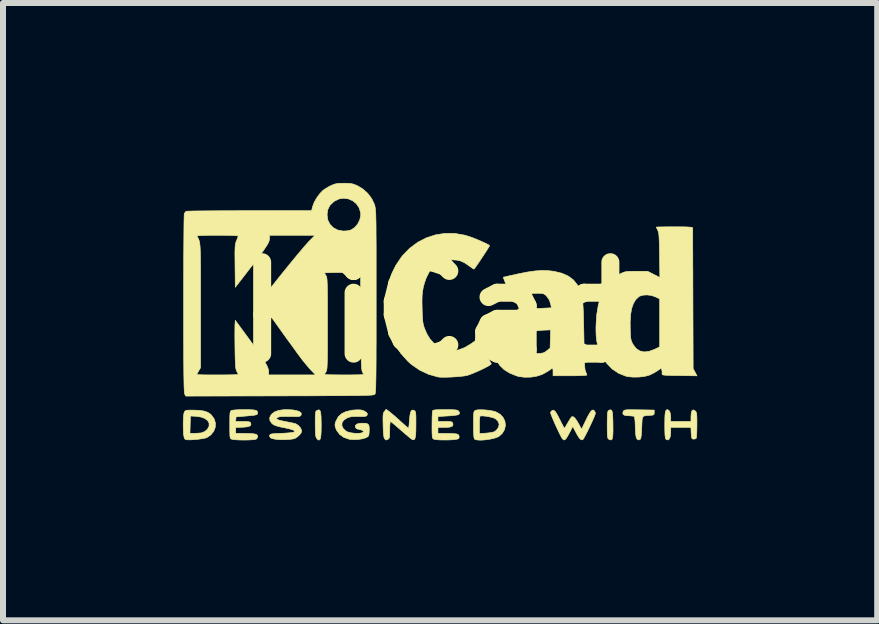
<source format=kicad_pcb>
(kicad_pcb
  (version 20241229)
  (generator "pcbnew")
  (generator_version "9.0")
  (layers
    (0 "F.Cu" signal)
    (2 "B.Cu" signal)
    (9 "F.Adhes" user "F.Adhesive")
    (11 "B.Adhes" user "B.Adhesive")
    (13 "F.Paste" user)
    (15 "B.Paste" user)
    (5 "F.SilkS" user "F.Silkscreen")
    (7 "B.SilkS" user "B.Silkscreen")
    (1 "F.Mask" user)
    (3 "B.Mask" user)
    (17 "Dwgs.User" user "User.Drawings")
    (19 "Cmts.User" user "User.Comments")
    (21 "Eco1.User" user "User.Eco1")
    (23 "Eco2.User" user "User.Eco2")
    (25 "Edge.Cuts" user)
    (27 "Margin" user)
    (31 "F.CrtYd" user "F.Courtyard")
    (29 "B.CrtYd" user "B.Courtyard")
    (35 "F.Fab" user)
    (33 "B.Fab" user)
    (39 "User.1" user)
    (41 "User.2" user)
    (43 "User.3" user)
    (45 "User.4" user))
  (footprint "KiCad"
    (layer "F.Cu")
    (at 4.224 2.157)
    (property "Reference" "KiCad" (at 0 0 0) (layer "F.SilkS") (effects (font (size 1.524 1.524) (thickness 0.3))))
    (attr through_hole)
    (fp_poly (pts (xy -1.947 1.629) (xy -1.934 1.647) (xy -1.926 1.683) (xy -1.921 1.739) (xy -1.919 1.819) (xy -1.918 1.875) (xy -1.919 1.969) (xy -1.922 2.037) (xy -1.927 2.084) (xy -1.936 2.114) (xy -1.949 2.128) (xy -1.962 2.131) (xy -1.978 2.12) (xy -1.996 2.099) (xy -2.005 2.081) (xy -2.011 2.052) (xy -2.015 2.008) (xy -2.017 1.945) (xy -2.018 1.86) (xy -2.018 1.779) (xy -2.017 1.722) (xy -2.014 1.684) (xy -2.01 1.66) (xy -2.002 1.646) (xy -1.992 1.638) (xy -1.988 1.636) (xy -1.964 1.627) (xy -1.947 1.629)) (stroke (width 0.01) (type solid)) (fill yes) (layer "F.SilkS"))
    (fp_poly (pts (xy 2.919 1.632) (xy 2.928 1.642) (xy 2.934 1.659) (xy 2.939 1.689) (xy 2.942 1.736) (xy 2.945 1.804) (xy 2.946 1.869) (xy 2.947 1.966) (xy 2.945 2.038) (xy 2.94 2.087) (xy 2.931 2.116) (xy 2.917 2.128) (xy 2.897 2.126) (xy 2.875 2.116) (xy 2.866 2.107) (xy 2.859 2.092) (xy 2.855 2.066) (xy 2.852 2.025) (xy 2.851 1.965) (xy 2.85 1.88) (xy 2.85 1.878) (xy 2.851 1.791) (xy 2.852 1.728) (xy 2.855 1.685) (xy 2.86 1.658) (xy 2.867 1.642) (xy 2.873 1.636) (xy 2.9 1.625) (xy 2.919 1.632)) (stroke (width 0.01) (type solid)) (fill yes) (layer "F.SilkS"))
    (fp_poly (pts (xy 3.307 1.625) (xy 3.384 1.626) (xy 3.634 1.63) (xy 3.634 1.672) (xy 3.632 1.697) (xy 3.622 1.71) (xy 3.596 1.716) (xy 3.563 1.718) (xy 3.511 1.721) (xy 3.476 1.725) (xy 3.452 1.736) (xy 3.439 1.757) (xy 3.432 1.794) (xy 3.429 1.85) (xy 3.426 1.92) (xy 3.422 2.002) (xy 3.417 2.06) (xy 3.411 2.096) (xy 3.403 2.115) (xy 3.4 2.118) (xy 3.374 2.129) (xy 3.354 2.12) (xy 3.343 2.107) (xy 3.333 2.083) (xy 3.325 2.036) (xy 3.32 1.963) (xy 3.318 1.91) (xy 3.315 1.825) (xy 3.309 1.768) (xy 3.302 1.738) (xy 3.297 1.734) (xy 3.268 1.73) (xy 3.26 1.729) (xy 3.233 1.726) (xy 3.192 1.724) (xy 3.18 1.724) (xy 3.133 1.715) (xy 3.111 1.694) (xy 3.114 1.66) (xy 3.119 1.65) (xy 3.126 1.64) (xy 3.137 1.633) (xy 3.157 1.628) (xy 3.189 1.625) (xy 3.237 1.625) (xy 3.307 1.625)) (stroke (width 0.01) (type solid)) (fill yes) (layer "F.SilkS"))
    (fp_poly (pts (xy 3.88 1.636) (xy 3.899 1.672) (xy 3.908 1.726) (xy 3.909 1.744) (xy 3.909 1.82) (xy 4.247 1.82) (xy 4.247 1.737) (xy 4.252 1.675) (xy 4.265 1.638) (xy 4.287 1.627) (xy 4.317 1.643) (xy 4.318 1.644) (xy 4.329 1.656) (xy 4.337 1.673) (xy 4.342 1.699) (xy 4.345 1.739) (xy 4.346 1.797) (xy 4.346 1.875) (xy 4.345 1.95) (xy 4.343 2.015) (xy 4.34 2.065) (xy 4.336 2.095) (xy 4.334 2.1) (xy 4.312 2.113) (xy 4.288 2.114) (xy 4.27 2.11) (xy 4.26 2.097) (xy 4.254 2.071) (xy 4.251 2.023) (xy 4.25 2.014) (xy 4.246 1.919) (xy 3.909 1.919) (xy 3.909 2.003) (xy 3.904 2.064) (xy 3.889 2.106) (xy 3.868 2.128) (xy 3.842 2.125) (xy 3.827 2.114) (xy 3.82 2.094) (xy 3.814 2.051) (xy 3.811 1.983) (xy 3.81 1.889) (xy 3.81 1.877) (xy 3.811 1.784) (xy 3.813 1.717) (xy 3.819 1.67) (xy 3.827 1.641) (xy 3.839 1.627) (xy 3.854 1.623) (xy 3.88 1.636)) (stroke (width 0.01) (type solid)) (fill yes) (layer "F.SilkS"))
    (fp_poly (pts (xy -4.049 1.631) (xy -3.95 1.635) (xy -3.874 1.646) (xy -3.814 1.666) (xy -3.767 1.697) (xy -3.749 1.713) (xy -3.703 1.777) (xy -3.682 1.847) (xy -3.685 1.918) (xy -3.711 1.985) (xy -3.76 2.045) (xy -3.822 2.087) (xy -3.858 2.099) (xy -3.913 2.109) (xy -3.979 2.118) (xy -4.048 2.124) (xy -4.111 2.127) (xy -4.16 2.125) (xy -4.179 2.122) (xy -4.194 2.11) (xy -4.205 2.082) (xy -4.213 2.035) (xy -4.214 2.018) (xy -4.107 2.018) (xy -4.031 2.018) (xy -3.978 2.016) (xy -3.929 2.012) (xy -3.911 2.009) (xy -3.858 1.987) (xy -3.814 1.948) (xy -3.788 1.9) (xy -3.788 1.898) (xy -3.788 1.847) (xy -3.813 1.804) (xy -3.861 1.769) (xy -3.928 1.745) (xy -4.008 1.734) (xy -4.099 1.729) (xy -4.103 1.873) (xy -4.107 2.018) (xy -4.214 2.018) (xy -4.217 1.966) (xy -4.219 1.872) (xy -4.219 1.856) (xy -4.217 1.773) (xy -4.212 1.71) (xy -4.203 1.67) (xy -4.201 1.665) (xy -4.191 1.649) (xy -4.178 1.638) (xy -4.155 1.633) (xy -4.117 1.631) (xy -4.058 1.631) (xy -4.049 1.631)) (stroke (width 0.01) (type solid)) (fill yes) (layer "F.SilkS"))
    (fp_poly (pts (xy 0.804 1.627) (xy 0.873 1.634) (xy 0.938 1.645) (xy 0.991 1.659) (xy 0.993 1.66) (xy 1.065 1.7) (xy 1.115 1.754) (xy 1.145 1.817) (xy 1.153 1.886) (xy 1.139 1.954) (xy 1.102 2.017) (xy 1.045 2.069) (xy 1.002 2.089) (xy 0.943 2.106) (xy 0.875 2.119) (xy 0.805 2.128) (xy 0.739 2.132) (xy 0.684 2.129) (xy 0.646 2.12) (xy 0.638 2.114) (xy 0.63 2.094) (xy 0.625 2.052) (xy 0.622 1.984) (xy 0.621 1.891) (xy 0.621 1.879) (xy 0.72 1.879) (xy 0.72 2.022) (xy 0.831 2.015) (xy 0.906 2.007) (xy 0.96 1.994) (xy 0.979 1.985) (xy 1.012 1.955) (xy 1.037 1.919) (xy 1.049 1.869) (xy 1.033 1.822) (xy 0.989 1.776) (xy 0.985 1.774) (xy 0.956 1.761) (xy 0.91 1.748) (xy 0.856 1.737) (xy 0.802 1.73) (xy 0.757 1.727) (xy 0.73 1.731) (xy 0.73 1.732) (xy 0.726 1.747) (xy 0.722 1.785) (xy 0.72 1.838) (xy 0.72 1.879) (xy 0.621 1.879) (xy 0.621 1.874) (xy 0.621 1.791) (xy 0.622 1.73) (xy 0.624 1.69) (xy 0.628 1.664) (xy 0.635 1.649) (xy 0.644 1.64) (xy 0.652 1.635) (xy 0.685 1.627) (xy 0.739 1.625) (xy 0.804 1.627)) (stroke (width 0.01) (type solid)) (fill yes) (layer "F.SilkS"))
    (fp_poly (pts (xy 0.23 1.623) (xy 0.291 1.625) (xy 0.332 1.629) (xy 0.358 1.636) (xy 0.373 1.647) (xy 0.383 1.662) (xy 0.385 1.668) (xy 0.387 1.687) (xy 0.377 1.701) (xy 0.35 1.712) (xy 0.304 1.719) (xy 0.234 1.726) (xy 0.194 1.728) (xy 0.028 1.738) (xy 0.028 1.82) (xy 0.147 1.82) (xy 0.206 1.821) (xy 0.242 1.824) (xy 0.262 1.83) (xy 0.272 1.841) (xy 0.275 1.849) (xy 0.279 1.88) (xy 0.264 1.901) (xy 0.227 1.914) (xy 0.167 1.919) (xy 0.139 1.919) (xy 0.028 1.919) (xy 0.028 2.018) (xy 0.159 2.02) (xy 0.243 2.021) (xy 0.302 2.024) (xy 0.342 2.029) (xy 0.365 2.038) (xy 0.377 2.052) (xy 0.381 2.071) (xy 0.381 2.08) (xy 0.378 2.1) (xy 0.363 2.111) (xy 0.331 2.119) (xy 0.307 2.122) (xy 0.246 2.127) (xy 0.177 2.129) (xy 0.106 2.129) (xy 0.041 2.127) (xy -0.01 2.122) (xy -0.039 2.116) (xy -0.051 2.11) (xy -0.059 2.101) (xy -0.065 2.084) (xy -0.068 2.055) (xy -0.07 2.009) (xy -0.071 1.942) (xy -0.071 1.885) (xy -0.07 1.808) (xy -0.069 1.74) (xy -0.066 1.687) (xy -0.064 1.653) (xy -0.062 1.645) (xy -0.055 1.636) (xy -0.038 1.63) (xy -0.008 1.626) (xy 0.04 1.624) (xy 0.11 1.623) (xy 0.146 1.623) (xy 0.23 1.623)) (stroke (width 0.01) (type solid)) (fill yes) (layer "F.SilkS"))
    (fp_poly (pts (xy -3.113 1.624) (xy -3.051 1.627) (xy -3.011 1.634) (xy -2.988 1.646) (xy -2.979 1.664) (xy -2.98 1.689) (xy -2.98 1.689) (xy -2.985 1.7) (xy -3 1.708) (xy -3.028 1.715) (xy -3.075 1.721) (xy -3.144 1.727) (xy -3.161 1.729) (xy -3.337 1.743) (xy -3.342 1.782) (xy -3.346 1.82) (xy -3.225 1.82) (xy -3.164 1.821) (xy -3.125 1.825) (xy -3.104 1.832) (xy -3.095 1.843) (xy -3.095 1.843) (xy -3.09 1.873) (xy -3.105 1.894) (xy -3.142 1.908) (xy -3.204 1.915) (xy -3.229 1.916) (xy -3.344 1.92) (xy -3.344 2.018) (xy -3.207 2.019) (xy -3.12 2.021) (xy -3.058 2.024) (xy -3.016 2.031) (xy -2.991 2.041) (xy -2.98 2.057) (xy -2.977 2.073) (xy -2.989 2.102) (xy -3.005 2.116) (xy -3.03 2.122) (xy -3.077 2.126) (xy -3.138 2.129) (xy -3.206 2.13) (xy -3.275 2.129) (xy -3.336 2.126) (xy -3.385 2.122) (xy -3.411 2.116) (xy -3.423 2.11) (xy -3.432 2.101) (xy -3.437 2.085) (xy -3.441 2.056) (xy -3.442 2.011) (xy -3.443 1.945) (xy -3.443 1.878) (xy -3.443 1.793) (xy -3.442 1.732) (xy -3.44 1.69) (xy -3.435 1.664) (xy -3.429 1.649) (xy -3.42 1.64) (xy -3.416 1.637) (xy -3.392 1.632) (xy -3.346 1.627) (xy -3.284 1.624) (xy -3.213 1.623) (xy -3.199 1.623) (xy -3.113 1.624)) (stroke (width 0.01) (type solid)) (fill yes) (layer "F.SilkS"))
    (fp_poly (pts (xy -1.252 1.629) (xy -1.218 1.638) (xy -1.2 1.646) (xy -1.162 1.671) (xy -1.148 1.692) (xy -1.154 1.717) (xy -1.156 1.721) (xy -1.17 1.731) (xy -1.197 1.737) (xy -1.243 1.738) (xy -1.297 1.737) (xy -1.367 1.737) (xy -1.419 1.741) (xy -1.46 1.751) (xy -1.486 1.761) (xy -1.541 1.797) (xy -1.571 1.84) (xy -1.574 1.888) (xy -1.551 1.938) (xy -1.506 1.981) (xy -1.468 1.998) (xy -1.412 2.011) (xy -1.348 2.018) (xy -1.287 2.018) (xy -1.249 2.012) (xy -1.219 1.999) (xy -1.215 1.982) (xy -1.234 1.967) (xy -1.276 1.955) (xy -1.276 1.955) (xy -1.32 1.945) (xy -1.343 1.927) (xy -1.349 1.916) (xy -1.347 1.884) (xy -1.32 1.862) (xy -1.267 1.85) (xy -1.227 1.849) (xy -1.173 1.851) (xy -1.139 1.863) (xy -1.122 1.89) (xy -1.117 1.936) (xy -1.118 1.978) (xy -1.121 2.027) (xy -1.127 2.056) (xy -1.14 2.073) (xy -1.164 2.087) (xy -1.171 2.091) (xy -1.228 2.109) (xy -1.3 2.12) (xy -1.376 2.123) (xy -1.444 2.118) (xy -1.449 2.117) (xy -1.54 2.086) (xy -1.611 2.036) (xy -1.662 1.967) (xy -1.679 1.925) (xy -1.689 1.886) (xy -1.685 1.849) (xy -1.673 1.815) (xy -1.635 1.744) (xy -1.579 1.691) (xy -1.504 1.655) (xy -1.407 1.633) (xy -1.357 1.628) (xy -1.295 1.626) (xy -1.252 1.629)) (stroke (width 0.01) (type solid)) (fill yes) (layer "F.SilkS"))
    (fp_poly (pts (xy 2.625 1.632) (xy 2.631 1.637) (xy 2.649 1.665) (xy 2.653 1.685) (xy 2.647 1.707) (xy 2.631 1.748) (xy 2.607 1.803) (xy 2.578 1.866) (xy 2.546 1.933) (xy 2.515 1.997) (xy 2.486 2.052) (xy 2.463 2.095) (xy 2.447 2.119) (xy 2.444 2.122) (xy 2.422 2.127) (xy 2.397 2.111) (xy 2.369 2.074) (xy 2.334 2.013) (xy 2.332 2.009) (xy 2.276 1.903) (xy 2.223 2.006) (xy 2.188 2.07) (xy 2.161 2.11) (xy 2.14 2.128) (xy 2.12 2.125) (xy 2.1 2.104) (xy 2.088 2.085) (xy 2.07 2.051) (xy 2.045 2.001) (xy 2.016 1.94) (xy 1.986 1.875) (xy 1.958 1.81) (xy 1.933 1.752) (xy 1.915 1.706) (xy 1.906 1.678) (xy 1.905 1.673) (xy 1.916 1.65) (xy 1.931 1.638) (xy 1.95 1.632) (xy 1.968 1.639) (xy 1.988 1.66) (xy 2.013 1.699) (xy 2.045 1.76) (xy 2.067 1.803) (xy 2.094 1.857) (xy 2.116 1.9) (xy 2.132 1.927) (xy 2.136 1.933) (xy 2.146 1.922) (xy 2.165 1.892) (xy 2.189 1.849) (xy 2.193 1.842) (xy 2.22 1.797) (xy 2.242 1.762) (xy 2.256 1.744) (xy 2.257 1.743) (xy 2.281 1.74) (xy 2.309 1.761) (xy 2.342 1.806) (xy 2.369 1.851) (xy 2.423 1.949) (xy 2.491 1.807) (xy 2.53 1.729) (xy 2.561 1.675) (xy 2.586 1.642) (xy 2.607 1.629) (xy 2.625 1.632)) (stroke (width 0.01) (type solid)) (fill yes) (layer "F.SilkS"))
    (fp_poly (pts (xy -0.781 1.658) (xy -0.749 1.684) (xy -0.702 1.723) (xy -0.648 1.771) (xy -0.598 1.816) (xy -0.548 1.861) (xy -0.506 1.898) (xy -0.477 1.923) (xy -0.463 1.933) (xy -0.463 1.933) (xy -0.459 1.92) (xy -0.454 1.885) (xy -0.45 1.834) (xy -0.447 1.796) (xy -0.439 1.718) (xy -0.428 1.666) (xy -0.413 1.637) (xy -0.391 1.629) (xy -0.365 1.638) (xy -0.355 1.646) (xy -0.348 1.659) (xy -0.343 1.683) (xy -0.34 1.721) (xy -0.339 1.778) (xy -0.339 1.859) (xy -0.339 1.868) (xy -0.34 1.965) (xy -0.343 2.037) (xy -0.35 2.086) (xy -0.36 2.115) (xy -0.375 2.126) (xy -0.395 2.124) (xy -0.404 2.119) (xy -0.425 2.105) (xy -0.461 2.075) (xy -0.51 2.034) (xy -0.566 1.985) (xy -0.593 1.962) (xy -0.649 1.913) (xy -0.698 1.871) (xy -0.736 1.84) (xy -0.759 1.823) (xy -0.764 1.82) (xy -0.769 1.833) (xy -0.773 1.869) (xy -0.776 1.92) (xy -0.776 1.961) (xy -0.777 2.026) (xy -0.779 2.069) (xy -0.784 2.095) (xy -0.793 2.109) (xy -0.803 2.116) (xy -0.83 2.129) (xy -0.846 2.125) (xy -0.863 2.107) (xy -0.871 2.087) (xy -0.878 2.046) (xy -0.883 1.984) (xy -0.886 1.897) (xy -0.886 1.885) (xy -0.888 1.804) (xy -0.888 1.747) (xy -0.886 1.708) (xy -0.881 1.682) (xy -0.873 1.664) (xy -0.863 1.651) (xy -0.836 1.617) (xy -0.781 1.658)) (stroke (width 0.01) (type solid)) (fill yes) (layer "F.SilkS"))
    (fp_poly (pts (xy -2.399 1.627) (xy -2.328 1.639) (xy -2.278 1.657) (xy -2.252 1.681) (xy -2.252 1.711) (xy -2.255 1.716) (xy -2.264 1.727) (xy -2.279 1.734) (xy -2.305 1.738) (xy -2.348 1.739) (xy -2.411 1.738) (xy -2.443 1.738) (xy -2.523 1.737) (xy -2.579 1.738) (xy -2.617 1.743) (xy -2.64 1.751) (xy -2.645 1.754) (xy -2.664 1.77) (xy -2.659 1.78) (xy -2.644 1.789) (xy -2.617 1.799) (xy -2.572 1.81) (xy -2.515 1.822) (xy -2.497 1.825) (xy -2.437 1.837) (xy -2.384 1.848) (xy -2.347 1.858) (xy -2.341 1.86) (xy -2.3 1.886) (xy -2.266 1.924) (xy -2.246 1.966) (xy -2.244 1.982) (xy -2.255 2.014) (xy -2.285 2.05) (xy -2.326 2.085) (xy -2.353 2.101) (xy -2.388 2.112) (xy -2.443 2.119) (xy -2.51 2.123) (xy -2.58 2.124) (xy -2.645 2.121) (xy -2.679 2.117) (xy -2.735 2.106) (xy -2.767 2.091) (xy -2.778 2.07) (xy -2.778 2.051) (xy -2.773 2.041) (xy -2.761 2.033) (xy -2.738 2.027) (xy -2.698 2.023) (xy -2.638 2.02) (xy -2.579 2.018) (xy -2.491 2.013) (xy -2.425 2.007) (xy -2.383 2) (xy -2.369 1.994) (xy -2.363 1.981) (xy -2.375 1.968) (xy -2.405 1.956) (xy -2.458 1.941) (xy -2.536 1.924) (xy -2.56 1.92) (xy -2.631 1.904) (xy -2.68 1.889) (xy -2.715 1.873) (xy -2.74 1.854) (xy -2.773 1.807) (xy -2.778 1.759) (xy -2.755 1.711) (xy -2.74 1.694) (xy -2.691 1.658) (xy -2.626 1.635) (xy -2.541 1.624) (xy -2.491 1.623) (xy -2.399 1.627)) (stroke (width 0.01) (type solid)) (fill yes) (layer "F.SilkS"))
    (fp_poly (pts (xy 0.307 -1.315) (xy 0.47 -1.287) (xy 0.548 -1.264) (xy 0.609 -1.242) (xy 0.675 -1.216) (xy 0.74 -1.188) (xy 0.799 -1.161) (xy 0.847 -1.138) (xy 0.879 -1.12) (xy 0.889 -1.111) (xy 0.881 -1.096) (xy 0.861 -1.063) (xy 0.832 -1.017) (xy 0.796 -0.962) (xy 0.757 -0.903) (xy 0.719 -0.846) (xy 0.683 -0.794) (xy 0.654 -0.752) (xy 0.634 -0.726) (xy 0.628 -0.72) (xy 0.614 -0.727) (xy 0.584 -0.748) (xy 0.543 -0.777) (xy 0.535 -0.783) (xy 0.469 -0.827) (xy 0.408 -0.855) (xy 0.343 -0.87) (xy 0.262 -0.875) (xy 0.246 -0.875) (xy 0.138 -0.862) (xy 0.04 -0.823) (xy -0.045 -0.761) (xy -0.115 -0.677) (xy -0.168 -0.573) (xy -0.169 -0.569) (xy -0.196 -0.492) (xy -0.216 -0.421) (xy -0.228 -0.351) (xy -0.236 -0.274) (xy -0.238 -0.184) (xy -0.236 -0.073) (xy -0.236 -0.064) (xy -0.233 0.031) (xy -0.229 0.103) (xy -0.224 0.159) (xy -0.216 0.202) (xy -0.206 0.24) (xy -0.199 0.26) (xy -0.156 0.361) (xy -0.106 0.443) (xy -0.043 0.513) (xy -0.035 0.521) (xy 0.057 0.589) (xy 0.155 0.629) (xy 0.258 0.643) (xy 0.365 0.629) (xy 0.475 0.588) (xy 0.588 0.52) (xy 0.605 0.507) (xy 0.643 0.479) (xy 0.671 0.46) (xy 0.684 0.454) (xy 0.684 0.454) (xy 0.699 0.477) (xy 0.723 0.517) (xy 0.754 0.569) (xy 0.789 0.628) (xy 0.824 0.69) (xy 0.858 0.749) (xy 0.886 0.8) (xy 0.907 0.838) (xy 0.917 0.858) (xy 0.917 0.86) (xy 0.905 0.873) (xy 0.872 0.894) (xy 0.823 0.92) (xy 0.764 0.95) (xy 0.699 0.98) (xy 0.634 1.008) (xy 0.575 1.032) (xy 0.526 1.049) (xy 0.515 1.052) (xy 0.469 1.061) (xy 0.404 1.069) (xy 0.326 1.075) (xy 0.244 1.08) (xy 0.164 1.083) (xy 0.094 1.083) (xy 0.042 1.08) (xy 0.028 1.078) (xy -0.131 1.033) (xy -0.279 0.963) (xy -0.416 0.868) (xy -0.47 0.82) (xy -0.587 0.69) (xy -0.682 0.547) (xy -0.753 0.39) (xy -0.801 0.218) (xy -0.827 0.029) (xy -0.832 -0.113) (xy -0.823 -0.304) (xy -0.795 -0.477) (xy -0.747 -0.634) (xy -0.677 -0.779) (xy -0.585 -0.915) (xy -0.56 -0.947) (xy -0.442 -1.068) (xy -0.31 -1.167) (xy -0.166 -1.241) (xy -0.013 -1.291) (xy 0.145 -1.316) (xy 0.307 -1.315)) (stroke (width 0.01) (type solid)) (fill yes) (layer "F.SilkS"))
    (fp_poly (pts (xy 4.077 -1.425) (xy 4.157 -1.424) (xy 4.214 -1.421) (xy 4.251 -1.418) (xy 4.27 -1.413) (xy 4.276 -1.408) (xy 4.276 -1.391) (xy 4.276 -1.348) (xy 4.276 -1.282) (xy 4.276 -1.193) (xy 4.276 -1.085) (xy 4.277 -0.959) (xy 4.277 -0.818) (xy 4.278 -0.663) (xy 4.278 -0.498) (xy 4.279 -0.323) (xy 4.279 -0.226) (xy 4.283 0.938) (xy 4.315 0.999) (xy 4.347 1.059) (xy 4.054 1.055) (xy 3.956 1.054) (xy 3.883 1.052) (xy 3.831 1.05) (xy 3.796 1.047) (xy 3.776 1.043) (xy 3.767 1.037) (xy 3.765 1.029) (xy 3.765 1.025) (xy 3.765 0.99) (xy 3.761 0.964) (xy 3.753 0.93) (xy 3.687 0.975) (xy 3.634 1.008) (xy 3.574 1.038) (xy 3.551 1.048) (xy 3.476 1.068) (xy 3.386 1.079) (xy 3.291 1.081) (xy 3.205 1.074) (xy 3.162 1.065) (xy 3.041 1.017) (xy 2.933 0.945) (xy 2.841 0.85) (xy 2.765 0.736) (xy 2.708 0.603) (xy 2.686 0.528) (xy 2.673 0.465) (xy 2.666 0.392) (xy 2.663 0.301) (xy 2.663 0.24) (xy 2.667 0.168) (xy 3.233 0.168) (xy 3.234 0.264) (xy 3.236 0.343) (xy 3.239 0.4) (xy 3.244 0.441) (xy 3.252 0.473) (xy 3.263 0.502) (xy 3.28 0.533) (xy 3.28 0.534) (xy 3.331 0.602) (xy 3.393 0.644) (xy 3.466 0.661) (xy 3.55 0.651) (xy 3.644 0.616) (xy 3.646 0.615) (xy 3.725 0.576) (xy 3.725 -0.223) (xy 3.658 -0.256) (xy 3.59 -0.28) (xy 3.517 -0.29) (xy 3.448 -0.286) (xy 3.392 -0.269) (xy 3.377 -0.26) (xy 3.325 -0.21) (xy 3.286 -0.144) (xy 3.257 -0.061) (xy 3.24 0.042) (xy 3.233 0.168) (xy 2.667 0.168) (xy 2.674 0.048) (xy 2.702 -0.124) (xy 2.747 -0.274) (xy 2.809 -0.402) (xy 2.888 -0.509) (xy 2.983 -0.593) (xy 3.061 -0.639) (xy 3.1 -0.657) (xy 3.132 -0.67) (xy 3.165 -0.678) (xy 3.204 -0.682) (xy 3.258 -0.684) (xy 3.333 -0.684) (xy 3.524 -0.684) (xy 3.626 -0.632) (xy 3.728 -0.58) (xy 3.723 -0.949) (xy 3.721 -1.065) (xy 3.719 -1.155) (xy 3.716 -1.225) (xy 3.713 -1.277) (xy 3.709 -1.314) (xy 3.703 -1.341) (xy 3.696 -1.362) (xy 3.693 -1.367) (xy 3.678 -1.399) (xy 3.669 -1.419) (xy 3.669 -1.42) (xy 3.682 -1.422) (xy 3.72 -1.423) (xy 3.778 -1.424) (xy 3.851 -1.425) (xy 3.937 -1.425) (xy 3.972 -1.425) (xy 4.077 -1.425)) (stroke (width 0.01) (type solid)) (fill yes) (layer "F.SilkS"))
    (fp_poly (pts (xy 1.863 -0.695) (xy 1.963 -0.683) (xy 1.967 -0.682) (xy 2.095 -0.651) (xy 2.201 -0.604) (xy 2.286 -0.54) (xy 2.352 -0.458) (xy 2.402 -0.355) (xy 2.411 -0.33) (xy 2.421 -0.298) (xy 2.429 -0.262) (xy 2.436 -0.22) (xy 2.442 -0.169) (xy 2.447 -0.106) (xy 2.451 -0.029) (xy 2.454 0.065) (xy 2.457 0.18) (xy 2.46 0.317) (xy 2.463 0.479) (xy 2.465 0.613) (xy 2.467 0.722) (xy 2.47 0.808) (xy 2.473 0.875) (xy 2.477 0.924) (xy 2.481 0.959) (xy 2.487 0.982) (xy 2.491 0.992) (xy 2.505 1.025) (xy 2.512 1.046) (xy 2.512 1.046) (xy 2.498 1.05) (xy 2.461 1.053) (xy 2.404 1.056) (xy 2.331 1.058) (xy 2.247 1.058) (xy 2.23 1.058) (xy 1.947 1.058) (xy 1.947 0.995) (xy 1.946 0.957) (xy 1.942 0.934) (xy 1.939 0.931) (xy 1.924 0.939) (xy 1.896 0.959) (xy 1.886 0.966) (xy 1.847 0.991) (xy 1.796 1.02) (xy 1.76 1.038) (xy 1.675 1.065) (xy 1.577 1.081) (xy 1.475 1.083) (xy 1.381 1.072) (xy 1.341 1.061) (xy 1.225 1.014) (xy 1.133 0.957) (xy 1.06 0.887) (xy 1.001 0.8) (xy 0.983 0.764) (xy 0.961 0.712) (xy 0.947 0.666) (xy 0.939 0.614) (xy 0.934 0.547) (xy 0.934 0.536) (xy 0.933 0.509) (xy 1.453 0.509) (xy 1.458 0.561) (xy 1.476 0.602) (xy 1.491 0.621) (xy 1.524 0.655) (xy 1.558 0.676) (xy 1.601 0.686) (xy 1.66 0.688) (xy 1.689 0.688) (xy 1.745 0.684) (xy 1.784 0.677) (xy 1.815 0.662) (xy 1.844 0.64) (xy 1.898 0.597) (xy 1.902 0.445) (xy 1.906 0.293) (xy 1.768 0.299) (xy 1.657 0.311) (xy 1.572 0.336) (xy 1.51 0.373) (xy 1.471 0.424) (xy 1.454 0.488) (xy 1.453 0.509) (xy 0.933 0.509) (xy 0.932 0.465) (xy 0.935 0.413) (xy 0.944 0.368) (xy 0.959 0.323) (xy 0.959 0.321) (xy 1.009 0.226) (xy 1.083 0.141) (xy 1.177 0.068) (xy 1.231 0.037) (xy 1.306 0.003) (xy 1.386 -0.023) (xy 1.475 -0.042) (xy 1.579 -0.055) (xy 1.705 -0.064) (xy 1.725 -0.065) (xy 1.92 -0.075) (xy 1.91 -0.126) (xy 1.886 -0.204) (xy 1.842 -0.267) (xy 1.828 -0.282) (xy 1.807 -0.299) (xy 1.784 -0.31) (xy 1.752 -0.315) (xy 1.704 -0.317) (xy 1.667 -0.317) (xy 1.591 -0.314) (xy 1.529 -0.305) (xy 1.465 -0.286) (xy 1.439 -0.277) (xy 1.374 -0.253) (xy 1.328 -0.239) (xy 1.294 -0.238) (xy 1.268 -0.251) (xy 1.245 -0.283) (xy 1.22 -0.335) (xy 1.188 -0.407) (xy 1.161 -0.472) (xy 1.139 -0.525) (xy 1.124 -0.564) (xy 1.118 -0.583) (xy 1.118 -0.585) (xy 1.132 -0.588) (xy 1.17 -0.597) (xy 1.226 -0.61) (xy 1.296 -0.625) (xy 1.362 -0.64) (xy 1.513 -0.67) (xy 1.643 -0.689) (xy 1.758 -0.697) (xy 1.863 -0.695)) (stroke (width 0.01) (type solid)) (fill yes) (layer "F.SilkS"))
    (fp_poly (pts (xy -1.47 -2.15) (xy -1.42 -2.146) (xy -1.378 -2.136) (xy -1.335 -2.119) (xy -1.316 -2.111) (xy -1.224 -2.056) (xy -1.143 -1.983) (xy -1.078 -1.898) (xy -1.034 -1.807) (xy -1.031 -1.798) (xy -1.026 -1.783) (xy -1.022 -1.767) (xy -1.019 -1.749) (xy -1.015 -1.727) (xy -1.013 -1.7) (xy -1.01 -1.665) (xy -1.008 -1.622) (xy -1.007 -1.568) (xy -1.005 -1.502) (xy -1.004 -1.422) (xy -1.004 -1.327) (xy -1.003 -1.215) (xy -1.002 -1.083) (xy -1.002 -0.931) (xy -1.002 -0.757) (xy -1.002 -0.559) (xy -1.002 -0.336) (xy -1.002 -0.185) (xy -1.002 0.06) (xy -1.002 0.277) (xy -1.002 0.47) (xy -1.003 0.639) (xy -1.003 0.785) (xy -1.004 0.911) (xy -1.005 1.018) (xy -1.006 1.107) (xy -1.008 1.18) (xy -1.009 1.238) (xy -1.011 1.283) (xy -1.013 1.317) (xy -1.016 1.34) (xy -1.019 1.355) (xy -1.022 1.363) (xy -1.026 1.367) (xy -1.031 1.371) (xy -1.04 1.374) (xy -1.054 1.377) (xy -1.075 1.38) (xy -1.103 1.382) (xy -1.141 1.384) (xy -1.191 1.385) (xy -1.253 1.387) (xy -1.33 1.388) (xy -1.423 1.389) (xy -1.533 1.39) (xy -1.662 1.391) (xy -1.812 1.391) (xy -1.984 1.392) (xy -2.18 1.393) (xy -2.401 1.393) (xy -2.609 1.394) (xy -4.176 1.397) (xy -4.194 1.365) (xy -4.197 1.355) (xy -4.2 1.335) (xy -4.202 1.302) (xy -4.204 1.257) (xy -4.206 1.197) (xy -4.207 1.121) (xy -4.209 1.038) (xy -3.993 1.038) (xy -3.98 1.04) (xy -3.942 1.041) (xy -3.884 1.043) (xy -3.808 1.044) (xy -3.72 1.044) (xy -3.648 1.044) (xy -3.552 1.044) (xy -3.467 1.043) (xy -3.396 1.042) (xy -3.342 1.04) (xy -3.31 1.038) (xy -3.302 1.036) (xy -3.308 1.02) (xy -3.323 0.99) (xy -3.327 0.984) (xy -3.335 0.965) (xy -3.341 0.941) (xy -3.346 0.908) (xy -3.349 0.861) (xy -3.352 0.797) (xy -3.354 0.713) (xy -3.356 0.607) (xy -3.357 0.508) (xy -3.358 0.415) (xy -3.358 0.332) (xy -3.357 0.265) (xy -3.357 0.219) (xy -3.356 0.205) (xy -3.351 0.134) (xy -3.195 0.346) (xy -3.098 0.478) (xy -3.017 0.59) (xy -2.951 0.684) (xy -2.898 0.762) (xy -2.858 0.827) (xy -2.829 0.88) (xy -2.809 0.923) (xy -2.798 0.959) (xy -2.794 0.989) (xy -2.794 0.994) (xy -2.794 1.044) (xy -2.012 1.044) (xy -2.083 0.97) (xy -2.124 0.925) (xy -2.173 0.867) (xy -2.223 0.806) (xy -2.246 0.776) (xy -2.279 0.732) (xy -2.324 0.671) (xy -2.378 0.596) (xy -2.439 0.512) (xy -2.505 0.422) (xy -2.572 0.328) (xy -2.639 0.234) (xy -2.704 0.144) (xy -2.764 0.06) (xy -2.816 -0.014) (xy -2.858 -0.075) (xy -2.888 -0.119) (xy -2.903 -0.142) (xy -2.934 -0.192) (xy -2.579 -0.636) (xy -2.563 -0.656) (xy -1.863 -0.656) (xy -1.856 -0.64) (xy -1.839 -0.612) (xy -1.838 -0.611) (xy -1.833 -0.601) (xy -1.828 -0.587) (xy -1.824 -0.568) (xy -1.821 -0.54) (xy -1.819 -0.501) (xy -1.817 -0.45) (xy -1.816 -0.384) (xy -1.815 -0.3) (xy -1.814 -0.196) (xy -1.814 -0.07) (xy -1.814 0.08) (xy -1.814 0.191) (xy -1.814 0.358) (xy -1.814 0.499) (xy -1.814 0.617) (xy -1.815 0.713) (xy -1.816 0.79) (xy -1.818 0.851) (xy -1.82 0.898) (xy -1.822 0.932) (xy -1.826 0.956) (xy -1.83 0.974) (xy -1.835 0.986) (xy -1.838 0.992) (xy -1.855 1.02) (xy -1.863 1.036) (xy -1.863 1.037) (xy -1.849 1.039) (xy -1.811 1.041) (xy -1.753 1.042) (xy -1.679 1.043) (xy -1.592 1.044) (xy -1.538 1.044) (xy -1.446 1.044) (xy -1.364 1.043) (xy -1.296 1.042) (xy -1.246 1.04) (xy -1.218 1.038) (xy -1.214 1.036) (xy -1.219 1.02) (xy -1.233 0.99) (xy -1.234 0.99) (xy -1.238 0.977) (xy -1.242 0.956) (xy -1.245 0.924) (xy -1.248 0.879) (xy -1.25 0.82) (xy -1.252 0.743) (xy -1.254 0.648) (xy -1.255 0.531) (xy -1.256 0.392) (xy -1.257 0.227) (xy -1.258 0.144) (xy -1.262 -0.663) (xy -1.562 -0.663) (xy -1.651 -0.663) (xy -1.729 -0.662) (xy -1.793 -0.66) (xy -1.838 -0.659) (xy -1.861 -0.656) (xy -1.863 -0.656) (xy -2.563 -0.656) (xy -2.497 -0.737) (xy -2.417 -0.836) (xy -2.34 -0.929) (xy -2.27 -1.013) (xy -2.21 -1.084) (xy -2.161 -1.14) (xy -2.127 -1.178) (xy -2.123 -1.182) (xy -2.021 -1.284) (xy -2.78 -1.284) (xy -2.78 -1.241) (xy -2.781 -1.218) (xy -2.786 -1.194) (xy -2.796 -1.167) (xy -2.812 -1.135) (xy -2.837 -1.095) (xy -2.871 -1.045) (xy -2.915 -0.982) (xy -2.972 -0.906) (xy -3.043 -0.813) (xy -3.13 -0.702) (xy -3.181 -0.635) (xy -3.351 -0.417) (xy -3.355 -0.774) (xy -3.356 -0.884) (xy -3.357 -0.971) (xy -3.356 -1.037) (xy -3.354 -1.086) (xy -3.351 -1.123) (xy -3.346 -1.15) (xy -3.339 -1.173) (xy -3.331 -1.195) (xy -3.33 -1.195) (xy -3.314 -1.235) (xy -3.304 -1.264) (xy -3.302 -1.272) (xy -3.315 -1.275) (xy -3.353 -1.278) (xy -3.412 -1.281) (xy -3.487 -1.283) (xy -3.575 -1.284) (xy -3.649 -1.284) (xy -3.744 -1.284) (xy -3.829 -1.283) (xy -3.9 -1.281) (xy -3.952 -1.278) (xy -3.983 -1.276) (xy -3.99 -1.274) (xy -3.979 -1.252) (xy -3.969 -1.233) (xy -3.961 -1.215) (xy -3.954 -1.196) (xy -3.948 -1.173) (xy -3.943 -1.144) (xy -3.939 -1.108) (xy -3.936 -1.062) (xy -3.934 -1.004) (xy -3.932 -0.933) (xy -3.931 -0.845) (xy -3.93 -0.74) (xy -3.93 -0.614) (xy -3.93 -0.466) (xy -3.93 -0.294) (xy -3.93 -0.113) (xy -3.93 0.924) (xy -3.962 0.978) (xy -3.981 1.012) (xy -3.992 1.034) (xy -3.993 1.038) (xy -4.209 1.038) (xy -4.209 1.027) (xy -4.21 0.915) (xy -4.211 0.783) (xy -4.211 0.629) (xy -4.212 0.451) (xy -4.212 0.25) (xy -4.212 0.022) (xy -4.212 -0.134) (xy -4.212 -0.336) (xy -4.212 -0.53) (xy -4.211 -0.715) (xy -4.211 -0.889) (xy -4.21 -1.049) (xy -4.209 -1.194) (xy -4.208 -1.322) (xy -4.207 -1.431) (xy -4.206 -1.519) (xy -4.204 -1.585) (xy -4.203 -1.622) (xy -1.82 -1.622) (xy -1.808 -1.537) (xy -1.771 -1.465) (xy -1.715 -1.409) (xy -1.642 -1.371) (xy -1.555 -1.355) (xy -1.541 -1.355) (xy -1.488 -1.358) (xy -1.439 -1.368) (xy -1.421 -1.374) (xy -1.36 -1.413) (xy -1.31 -1.472) (xy -1.275 -1.543) (xy -1.259 -1.617) (xy -1.261 -1.662) (xy -1.287 -1.744) (xy -1.333 -1.811) (xy -1.394 -1.86) (xy -1.466 -1.891) (xy -1.543 -1.902) (xy -1.622 -1.89) (xy -1.697 -1.853) (xy -1.71 -1.844) (xy -1.771 -1.785) (xy -1.807 -1.717) (xy -1.82 -1.637) (xy -1.82 -1.622) (xy -4.203 -1.622) (xy -4.203 -1.625) (xy -4.202 -1.639) (xy -4.186 -1.67) (xy -4.169 -1.685) (xy -4.152 -1.686) (xy -4.108 -1.687) (xy -4.041 -1.689) (xy -3.953 -1.69) (xy -3.845 -1.691) (xy -3.72 -1.692) (xy -3.581 -1.693) (xy -3.43 -1.693) (xy -3.269 -1.694) (xy -3.113 -1.694) (xy -2.079 -1.695) (xy -2.061 -1.765) (xy -2.035 -1.834) (xy -1.993 -1.908) (xy -1.942 -1.978) (xy -1.89 -2.032) (xy -1.884 -2.037) (xy -1.842 -2.065) (xy -1.789 -2.096) (xy -1.753 -2.114) (xy -1.709 -2.133) (xy -1.669 -2.144) (xy -1.623 -2.15) (xy -1.561 -2.151) (xy -1.538 -2.152) (xy -1.47 -2.15)) (stroke (width 0.01) (type solid)) (fill yes) (layer "F.SilkS")))
  (gr_rect
    (start -3 -3)
    (end 11.576 7.293)
    (stroke (width 0.1) (type default))
    (fill no)
    (layer "Edge.Cuts")))
</source>
